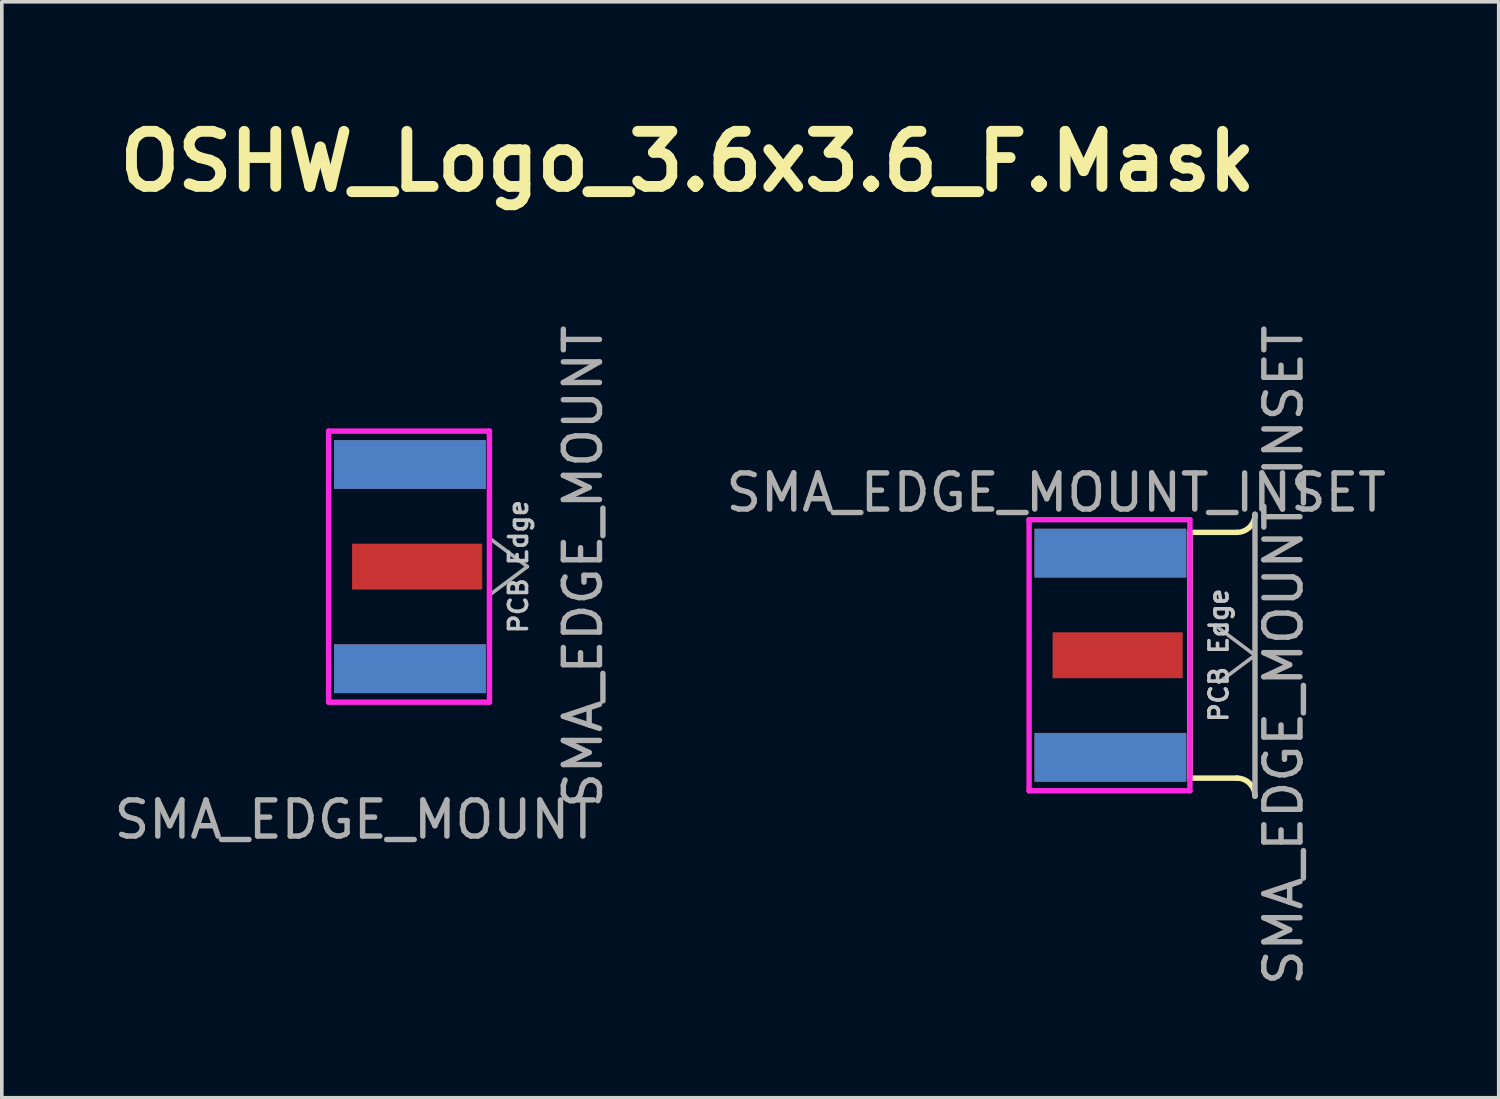
<source format=kicad_pcb>
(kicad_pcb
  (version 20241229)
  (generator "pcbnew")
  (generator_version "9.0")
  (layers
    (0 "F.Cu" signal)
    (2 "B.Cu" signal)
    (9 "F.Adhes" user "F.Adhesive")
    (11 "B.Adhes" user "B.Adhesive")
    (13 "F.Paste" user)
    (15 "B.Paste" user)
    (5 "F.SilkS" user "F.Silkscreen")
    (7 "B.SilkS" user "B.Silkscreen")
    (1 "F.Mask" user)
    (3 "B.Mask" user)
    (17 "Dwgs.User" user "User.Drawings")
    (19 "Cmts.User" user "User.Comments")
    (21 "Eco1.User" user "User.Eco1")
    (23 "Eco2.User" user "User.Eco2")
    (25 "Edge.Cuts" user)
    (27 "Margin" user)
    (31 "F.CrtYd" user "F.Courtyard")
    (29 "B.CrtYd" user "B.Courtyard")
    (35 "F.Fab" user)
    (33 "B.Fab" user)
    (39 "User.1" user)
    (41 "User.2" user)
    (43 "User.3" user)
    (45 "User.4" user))
  (footprint "SMA_EDGE_MOUNT"
    (layer "F.Cu")
    (at 8.292 12.628)
    (property "Reference" "SMA_EDGE_MOUNT" (at -1.5 7 0) (layer "F.Fab") (effects (font (size 1 1) (thickness 0.15))))
    (attr smd)
    (fp_line (start -2.25 -3.75) (end 2.2 -3.75) (stroke (width 0.15) (type solid)) (layer "F.CrtYd"))
    (fp_line (start -2.25 3.75) (end -2.25 -3.75) (stroke (width 0.15) (type solid)) (layer "F.CrtYd"))
    (fp_line (start 2.2 -3.75) (end 2.2 3.75) (stroke (width 0.15) (type solid)) (layer "F.CrtYd"))
    (fp_line (start 2.2 3.75) (end -2.25 3.75) (stroke (width 0.15) (type solid)) (layer "F.CrtYd"))
    (fp_line (start 2.25 -0.75) (end 3.25 0) (stroke (width 0.1) (type solid)) (layer "F.Fab"))
    (fp_line (start 3.25 0) (end 2.25 0.75) (stroke (width 0.1) (type solid)) (layer "F.Fab"))
    (fp_text user "PCB Edge" (at 3 0 90) (layer "Dwgs.User") (effects (font (size 0.5 0.5) (thickness 0.1))))
    (fp_text user "${REFERENCE}" (at 4.79 0 270) (layer "F.Fab") (effects (font (size 1 1) (thickness 0.15))))
    (pad "1" smd rect (at 0.2 0 90) (size 1.27 3.6) (layers "F.Cu" "F.Mask"))
    (pad "2" smd rect (at 0 -2.825 90) (size 1.35 4.2) (layers "F.Cu" "F.Mask"))
    (pad "2" smd rect (at 0 -2.825 90) (size 1.35 4.2) (layers "B.Cu" "B.Mask"))
    (pad "2" smd rect (at 0 2.825 90) (size 1.35 4.2) (layers "F.Cu" "F.Mask"))
    (pad "2" smd rect (at 0 2.825 90) (size 1.35 4.2) (layers "B.Cu" "B.Mask")))
  (footprint "OSHW_Logo_3.6x3.6_F.Mask"
    (layer "F.Cu")
    (at 15.973 1.418)
    (property "Reference" "OSHW_Logo_3.6x3.6_F.Mask" (at 0 0 0) (layer "F.SilkS") (effects (font (size 1.524 1.524) (thickness 0.3))))
    (attr through_hole)
    (fp_poly (pts (xy 0.046 -1.387) (xy 0.087 -1.386) (xy 0.124 -1.386) (xy 0.155 -1.385) (xy 0.18 -1.384) (xy 0.198 -1.384) (xy 0.207 -1.383) (xy 0.207 -1.383) (xy 0.21 -1.377) (xy 0.214 -1.361) (xy 0.219 -1.337) (xy 0.226 -1.305) (xy 0.234 -1.266) (xy 0.243 -1.221) (xy 0.251 -1.179) (xy 0.259 -1.135) (xy 0.267 -1.095) (xy 0.274 -1.058) (xy 0.281 -1.027) (xy 0.286 -1.002) (xy 0.29 -0.985) (xy 0.292 -0.976) (xy 0.293 -0.975) (xy 0.299 -0.972) (xy 0.313 -0.965) (xy 0.334 -0.956) (xy 0.359 -0.945) (xy 0.388 -0.933) (xy 0.419 -0.92) (xy 0.451 -0.908) (xy 0.482 -0.895) (xy 0.511 -0.884) (xy 0.537 -0.874) (xy 0.557 -0.866) (xy 0.571 -0.862) (xy 0.577 -0.86) (xy 0.577 -0.86) (xy 0.582 -0.864) (xy 0.595 -0.872) (xy 0.614 -0.885) (xy 0.639 -0.902) (xy 0.668 -0.922) (xy 0.701 -0.944) (xy 0.737 -0.969) (xy 0.746 -0.975) (xy 0.782 -1) (xy 0.816 -1.023) (xy 0.847 -1.043) (xy 0.873 -1.06) (xy 0.895 -1.074) (xy 0.91 -1.083) (xy 0.917 -1.087) (xy 0.918 -1.087) (xy 0.924 -1.084) (xy 0.936 -1.074) (xy 0.953 -1.058) (xy 0.974 -1.039) (xy 0.998 -1.015) (xy 1.024 -0.989) (xy 1.052 -0.962) (xy 1.081 -0.933) (xy 1.108 -0.905) (xy 1.135 -0.879) (xy 1.158 -0.854) (xy 1.178 -0.833) (xy 1.194 -0.815) (xy 1.205 -0.803) (xy 1.209 -0.796) (xy 1.209 -0.796) (xy 1.206 -0.79) (xy 1.198 -0.776) (xy 1.186 -0.757) (xy 1.169 -0.731) (xy 1.15 -0.702) (xy 1.128 -0.669) (xy 1.103 -0.633) (xy 1.102 -0.631) (xy 1.077 -0.595) (xy 1.054 -0.562) (xy 1.034 -0.532) (xy 1.017 -0.506) (xy 1.003 -0.485) (xy 0.994 -0.471) (xy 0.99 -0.464) (xy 0.99 -0.464) (xy 0.989 -0.46) (xy 0.99 -0.452) (xy 0.993 -0.44) (xy 0.999 -0.423) (xy 1.008 -0.4) (xy 1.02 -0.37) (xy 1.036 -0.332) (xy 1.045 -0.313) (xy 1.061 -0.275) (xy 1.076 -0.241) (xy 1.089 -0.213) (xy 1.1 -0.19) (xy 1.108 -0.175) (xy 1.113 -0.167) (xy 1.114 -0.167) (xy 1.121 -0.165) (xy 1.136 -0.161) (xy 1.16 -0.157) (xy 1.19 -0.151) (xy 1.225 -0.144) (xy 1.264 -0.136) (xy 1.307 -0.128) (xy 1.311 -0.127) (xy 1.36 -0.118) (xy 1.403 -0.109) (xy 1.439 -0.102) (xy 1.468 -0.096) (xy 1.489 -0.09) (xy 1.502 -0.087) (xy 1.504 -0.085) (xy 1.505 -0.079) (xy 1.506 -0.063) (xy 1.507 -0.04) (xy 1.508 -0.01) (xy 1.508 0.026) (xy 1.509 0.066) (xy 1.509 0.109) (xy 1.509 0.12) (xy 1.509 0.172) (xy 1.508 0.214) (xy 1.508 0.248) (xy 1.508 0.274) (xy 1.507 0.294) (xy 1.506 0.308) (xy 1.505 0.317) (xy 1.503 0.323) (xy 1.502 0.325) (xy 1.495 0.327) (xy 1.48 0.331) (xy 1.457 0.336) (xy 1.427 0.342) (xy 1.392 0.349) (xy 1.353 0.357) (xy 1.312 0.364) (xy 1.266 0.373) (xy 1.225 0.381) (xy 1.189 0.388) (xy 1.16 0.395) (xy 1.138 0.4) (xy 1.125 0.404) (xy 1.122 0.405) (xy 1.118 0.412) (xy 1.111 0.426) (xy 1.101 0.447) (xy 1.09 0.473) (xy 1.078 0.503) (xy 1.064 0.535) (xy 1.051 0.569) (xy 1.038 0.602) (xy 1.026 0.633) (xy 1.015 0.661) (xy 1.006 0.684) (xy 1 0.702) (xy 0.998 0.712) (xy 0.998 0.714) (xy 1.001 0.719) (xy 1.009 0.732) (xy 1.022 0.752) (xy 1.039 0.776) (xy 1.059 0.805) (xy 1.081 0.838) (xy 1.105 0.873) (xy 1.128 0.908) (xy 1.151 0.941) (xy 1.17 0.97) (xy 1.186 0.995) (xy 1.199 1.015) (xy 1.206 1.029) (xy 1.209 1.035) (xy 1.206 1.04) (xy 1.196 1.052) (xy 1.18 1.069) (xy 1.161 1.09) (xy 1.137 1.114) (xy 1.111 1.141) (xy 1.084 1.169) (xy 1.056 1.197) (xy 1.028 1.225) (xy 1.001 1.251) (xy 0.977 1.275) (xy 0.955 1.295) (xy 0.938 1.311) (xy 0.925 1.322) (xy 0.919 1.326) (xy 0.919 1.326) (xy 0.913 1.323) (xy 0.9 1.315) (xy 0.88 1.303) (xy 0.855 1.286) (xy 0.826 1.267) (xy 0.793 1.245) (xy 0.759 1.222) (xy 0.724 1.198) (xy 0.691 1.176) (xy 0.662 1.156) (xy 0.637 1.14) (xy 0.618 1.128) (xy 0.605 1.12) (xy 0.599 1.118) (xy 0.591 1.12) (xy 0.577 1.126) (xy 0.557 1.136) (xy 0.534 1.148) (xy 0.523 1.153) (xy 0.498 1.167) (xy 0.476 1.177) (xy 0.458 1.185) (xy 0.447 1.188) (xy 0.446 1.188) (xy 0.443 1.186) (xy 0.44 1.182) (xy 0.435 1.175) (xy 0.43 1.165) (xy 0.422 1.149) (xy 0.413 1.129) (xy 0.402 1.103) (xy 0.388 1.071) (xy 0.372 1.032) (xy 0.352 0.986) (xy 0.33 0.932) (xy 0.303 0.868) (xy 0.299 0.857) (xy 0.276 0.803) (xy 0.255 0.75) (xy 0.235 0.702) (xy 0.217 0.657) (xy 0.201 0.617) (xy 0.188 0.584) (xy 0.178 0.556) (xy 0.17 0.536) (xy 0.166 0.524) (xy 0.166 0.521) (xy 0.171 0.515) (xy 0.183 0.505) (xy 0.199 0.492) (xy 0.215 0.481) (xy 0.257 0.45) (xy 0.292 0.42) (xy 0.32 0.391) (xy 0.344 0.359) (xy 0.366 0.323) (xy 0.377 0.303) (xy 0.401 0.244) (xy 0.415 0.184) (xy 0.42 0.123) (xy 0.416 0.062) (xy 0.402 0.002) (xy 0.38 -0.056) (xy 0.349 -0.11) (xy 0.309 -0.16) (xy 0.306 -0.164) (xy 0.258 -0.207) (xy 0.205 -0.243) (xy 0.145 -0.27) (xy 0.117 -0.28) (xy 0.1 -0.285) (xy 0.084 -0.288) (xy 0.067 -0.29) (xy 0.045 -0.292) (xy 0.018 -0.292) (xy 0.003 -0.292) (xy -0.029 -0.292) (xy -0.053 -0.291) (xy -0.072 -0.289) (xy -0.088 -0.287) (xy -0.104 -0.282) (xy -0.112 -0.28) (xy -0.174 -0.256) (xy -0.23 -0.223) (xy -0.28 -0.183) (xy -0.323 -0.136) (xy -0.359 -0.082) (xy -0.369 -0.064) (xy -0.389 -0.017) (xy -0.403 0.028) (xy -0.41 0.073) (xy -0.412 0.122) (xy -0.407 0.187) (xy -0.393 0.249) (xy -0.369 0.308) (xy -0.337 0.362) (xy -0.296 0.41) (xy -0.278 0.427) (xy -0.254 0.447) (xy -0.228 0.467) (xy -0.203 0.485) (xy -0.181 0.499) (xy -0.179 0.501) (xy -0.167 0.51) (xy -0.16 0.519) (xy -0.16 0.521) (xy -0.161 0.527) (xy -0.166 0.543) (xy -0.175 0.567) (xy -0.187 0.598) (xy -0.203 0.637) (xy -0.221 0.683) (xy -0.242 0.735) (xy -0.266 0.793) (xy -0.289 0.85) (xy -0.312 0.904) (xy -0.333 0.955) (xy -0.353 1.003) (xy -0.371 1.047) (xy -0.388 1.086) (xy -0.402 1.119) (xy -0.413 1.146) (xy -0.421 1.165) (xy -0.426 1.176) (xy -0.427 1.179) (xy -0.435 1.187) (xy -0.442 1.189) (xy -0.45 1.186) (xy -0.464 1.18) (xy -0.484 1.17) (xy -0.508 1.158) (xy -0.518 1.153) (xy -0.548 1.137) (xy -0.572 1.126) (xy -0.588 1.12) (xy -0.596 1.119) (xy -0.603 1.122) (xy -0.617 1.131) (xy -0.637 1.143) (xy -0.661 1.159) (xy -0.689 1.178) (xy -0.706 1.189) (xy -0.753 1.222) (xy -0.792 1.249) (xy -0.825 1.271) (xy -0.851 1.289) (xy -0.871 1.302) (xy -0.887 1.312) (xy -0.898 1.319) (xy -0.906 1.323) (xy -0.911 1.325) (xy -0.914 1.326) (xy -0.919 1.322) (xy -0.93 1.312) (xy -0.948 1.297) (xy -0.969 1.276) (xy -0.995 1.252) (xy -1.023 1.224) (xy -1.054 1.194) (xy -1.06 1.188) (xy -1.091 1.156) (xy -1.12 1.127) (xy -1.146 1.101) (xy -1.167 1.078) (xy -1.185 1.06) (xy -1.196 1.048) (xy -1.201 1.041) (xy -1.202 1.04) (xy -1.203 1.037) (xy -1.203 1.034) (xy -1.202 1.03) (xy -1.2 1.025) (xy -1.195 1.017) (xy -1.188 1.005) (xy -1.178 0.989) (xy -1.164 0.969) (xy -1.146 0.942) (xy -1.123 0.909) (xy -1.095 0.868) (xy -1.092 0.864) (xy -1.069 0.83) (xy -1.047 0.797) (xy -1.028 0.769) (xy -1.012 0.744) (xy -1 0.726) (xy -0.993 0.713) (xy -0.991 0.708) (xy -0.992 0.702) (xy -0.998 0.687) (xy -1.006 0.666) (xy -1.016 0.638) (xy -1.029 0.606) (xy -1.043 0.571) (xy -1.05 0.553) (xy -1.067 0.509) (xy -1.082 0.474) (xy -1.094 0.447) (xy -1.103 0.427) (xy -1.11 0.413) (xy -1.116 0.404) (xy -1.12 0.401) (xy -1.127 0.399) (xy -1.143 0.396) (xy -1.167 0.391) (xy -1.197 0.385) (xy -1.232 0.378) (xy -1.271 0.371) (xy -1.31 0.363) (xy -1.352 0.356) (xy -1.39 0.348) (xy -1.425 0.341) (xy -1.454 0.335) (xy -1.476 0.33) (xy -1.491 0.327) (xy -1.497 0.325) (xy -1.499 0.321) (xy -1.5 0.315) (xy -1.501 0.303) (xy -1.502 0.287) (xy -1.503 0.264) (xy -1.503 0.234) (xy -1.504 0.196) (xy -1.504 0.149) (xy -1.504 0.119) (xy -1.504 -0.081) (xy -1.492 -0.088) (xy -1.485 -0.091) (xy -1.468 -0.095) (xy -1.445 -0.1) (xy -1.414 -0.106) (xy -1.379 -0.113) (xy -1.339 -0.121) (xy -1.297 -0.129) (xy -1.295 -0.129) (xy -1.253 -0.137) (xy -1.214 -0.145) (xy -1.179 -0.152) (xy -1.149 -0.158) (xy -1.126 -0.163) (xy -1.11 -0.167) (xy -1.104 -0.169) (xy -1.104 -0.169) (xy -1.1 -0.176) (xy -1.093 -0.19) (xy -1.083 -0.211) (xy -1.072 -0.236) (xy -1.059 -0.266) (xy -1.045 -0.297) (xy -1.031 -0.329) (xy -1.018 -0.361) (xy -1.006 -0.39) (xy -0.995 -0.415) (xy -0.987 -0.436) (xy -0.982 -0.45) (xy -0.98 -0.456) (xy -0.983 -0.461) (xy -0.991 -0.475) (xy -1.004 -0.494) (xy -1.02 -0.519) (xy -1.04 -0.549) (xy -1.062 -0.582) (xy -1.086 -0.618) (xy -1.09 -0.623) (xy -1.115 -0.659) (xy -1.138 -0.693) (xy -1.158 -0.724) (xy -1.176 -0.75) (xy -1.189 -0.771) (xy -1.198 -0.785) (xy -1.203 -0.793) (xy -1.203 -0.793) (xy -1.202 -0.797) (xy -1.198 -0.804) (xy -1.19 -0.815) (xy -1.177 -0.829) (xy -1.159 -0.848) (xy -1.136 -0.872) (xy -1.107 -0.902) (xy -1.071 -0.938) (xy -1.064 -0.945) (xy -1.028 -0.981) (xy -0.996 -1.013) (xy -0.968 -1.039) (xy -0.945 -1.061) (xy -0.928 -1.076) (xy -0.917 -1.085) (xy -0.913 -1.087) (xy -0.906 -1.084) (xy -0.893 -1.076) (xy -0.873 -1.064) (xy -0.847 -1.048) (xy -0.818 -1.028) (xy -0.784 -1.006) (xy -0.749 -0.981) (xy -0.745 -0.979) (xy -0.709 -0.954) (xy -0.675 -0.931) (xy -0.645 -0.91) (xy -0.619 -0.893) (xy -0.598 -0.879) (xy -0.583 -0.869) (xy -0.576 -0.865) (xy -0.576 -0.864) (xy -0.571 -0.863) (xy -0.565 -0.863) (xy -0.555 -0.865) (xy -0.541 -0.87) (xy -0.522 -0.877) (xy -0.496 -0.887) (xy -0.462 -0.9) (xy -0.438 -0.91) (xy -0.397 -0.927) (xy -0.363 -0.941) (xy -0.337 -0.952) (xy -0.318 -0.96) (xy -0.304 -0.967) (xy -0.294 -0.972) (xy -0.288 -0.976) (xy -0.285 -0.979) (xy -0.283 -0.983) (xy -0.282 -0.985) (xy -0.28 -0.992) (xy -0.277 -1.008) (xy -0.273 -1.032) (xy -0.267 -1.062) (xy -0.26 -1.097) (xy -0.253 -1.137) (xy -0.245 -1.179) (xy -0.244 -1.184) (xy -0.236 -1.227) (xy -0.228 -1.266) (xy -0.221 -1.302) (xy -0.215 -1.332) (xy -0.209 -1.356) (xy -0.205 -1.372) (xy -0.203 -1.379) (xy -0.203 -1.38) (xy -0.2 -1.382) (xy -0.193 -1.383) (xy -0.183 -1.384) (xy -0.167 -1.385) (xy -0.146 -1.386) (xy -0.117 -1.386) (xy -0.081 -1.387) (xy -0.037 -1.387) (xy 0.002 -1.387) (xy 0.046 -1.387)) (stroke (width 0.01) (type solid)) (fill yes) (layer "F.Mask")))
  (footprint "SMA_EDGE_MOUNT_INSET"
    (layer "F.Cu")
    (at 27.674 15.08)
    (property "Reference" "SMA_EDGE_MOUNT_INSET" (at -1.5 -4.5 0) (layer "F.Fab") (effects (font (size 1 1) (thickness 0.15))))
    (attr smd)
    (fp_line (start 2.2 -3.4) (end 2.2 3.4) (stroke (width 0.15) (type solid)) (layer "F.SilkS"))
    (fp_line (start 2.2 -3.4) (end 3.5 -3.4) (stroke (width 0.15) (type solid)) (layer "F.SilkS"))
    (fp_line (start 2.2 3.4) (end 3.5 3.4) (stroke (width 0.15) (type solid)) (layer "F.SilkS"))
    (fp_arc (start 3.5 3.4) (mid 3.853553 3.546447) (end 4 3.9) (stroke (width 0.15) (type solid)) (layer "F.SilkS"))
    (fp_arc (start 4 -3.9) (mid 3.853553 -3.546447) (end 3.5 -3.4) (stroke (width 0.15) (type solid)) (layer "F.SilkS"))
    (fp_line (start -2.25 -3.75) (end 2.2 -3.75) (stroke (width 0.15) (type solid)) (layer "F.CrtYd"))
    (fp_line (start -2.25 3.75) (end -2.25 -3.75) (stroke (width 0.15) (type solid)) (layer "F.CrtYd"))
    (fp_line (start 2.2 -3.75) (end 2.2 3.75) (stroke (width 0.15) (type solid)) (layer "F.CrtYd"))
    (fp_line (start 2.2 3.75) (end -2.25 3.75) (stroke (width 0.15) (type solid)) (layer "F.CrtYd"))
    (fp_line (start 3 -0.75) (end 4 0) (stroke (width 0.1) (type solid)) (layer "F.Fab"))
    (fp_line (start 4 -3.9) (end 4 3.9) (stroke (width 0.15) (type solid)) (layer "F.Fab"))
    (fp_line (start 4 0) (end 3 0.75) (stroke (width 0.1) (type solid)) (layer "F.Fab"))
    (fp_text user "PCB Edge" (at 3 0 90) (layer "Dwgs.User") (effects (font (size 0.5 0.5) (thickness 0.1))))
    (fp_text user "${REFERENCE}" (at 4.79 0 270) (layer "F.Fab") (effects (font (size 1 1) (thickness 0.15))))
    (pad "1" smd rect (at 0.2 0 90) (size 1.27 3.6) (layers "F.Cu" "F.Mask"))
    (pad "2" smd rect (at 0 -2.825 90) (size 1.35 4.2) (layers "F.Cu" "F.Mask"))
    (pad "2" smd rect (at 0 -2.825 90) (size 1.35 4.2) (layers "B.Cu" "B.Mask"))
    (pad "2" smd rect (at 0 2.825 90) (size 1.35 4.2) (layers "F.Cu" "F.Mask"))
    (pad "2" smd rect (at 0 2.825 90) (size 1.35 4.2) (layers "B.Cu" "B.Mask")))
  (gr_rect
    (start -3 -3)
    (end 38.418 27.324)
    (stroke (width 0.1) (type default))
    (fill no)
    (layer "Edge.Cuts")))
</source>
